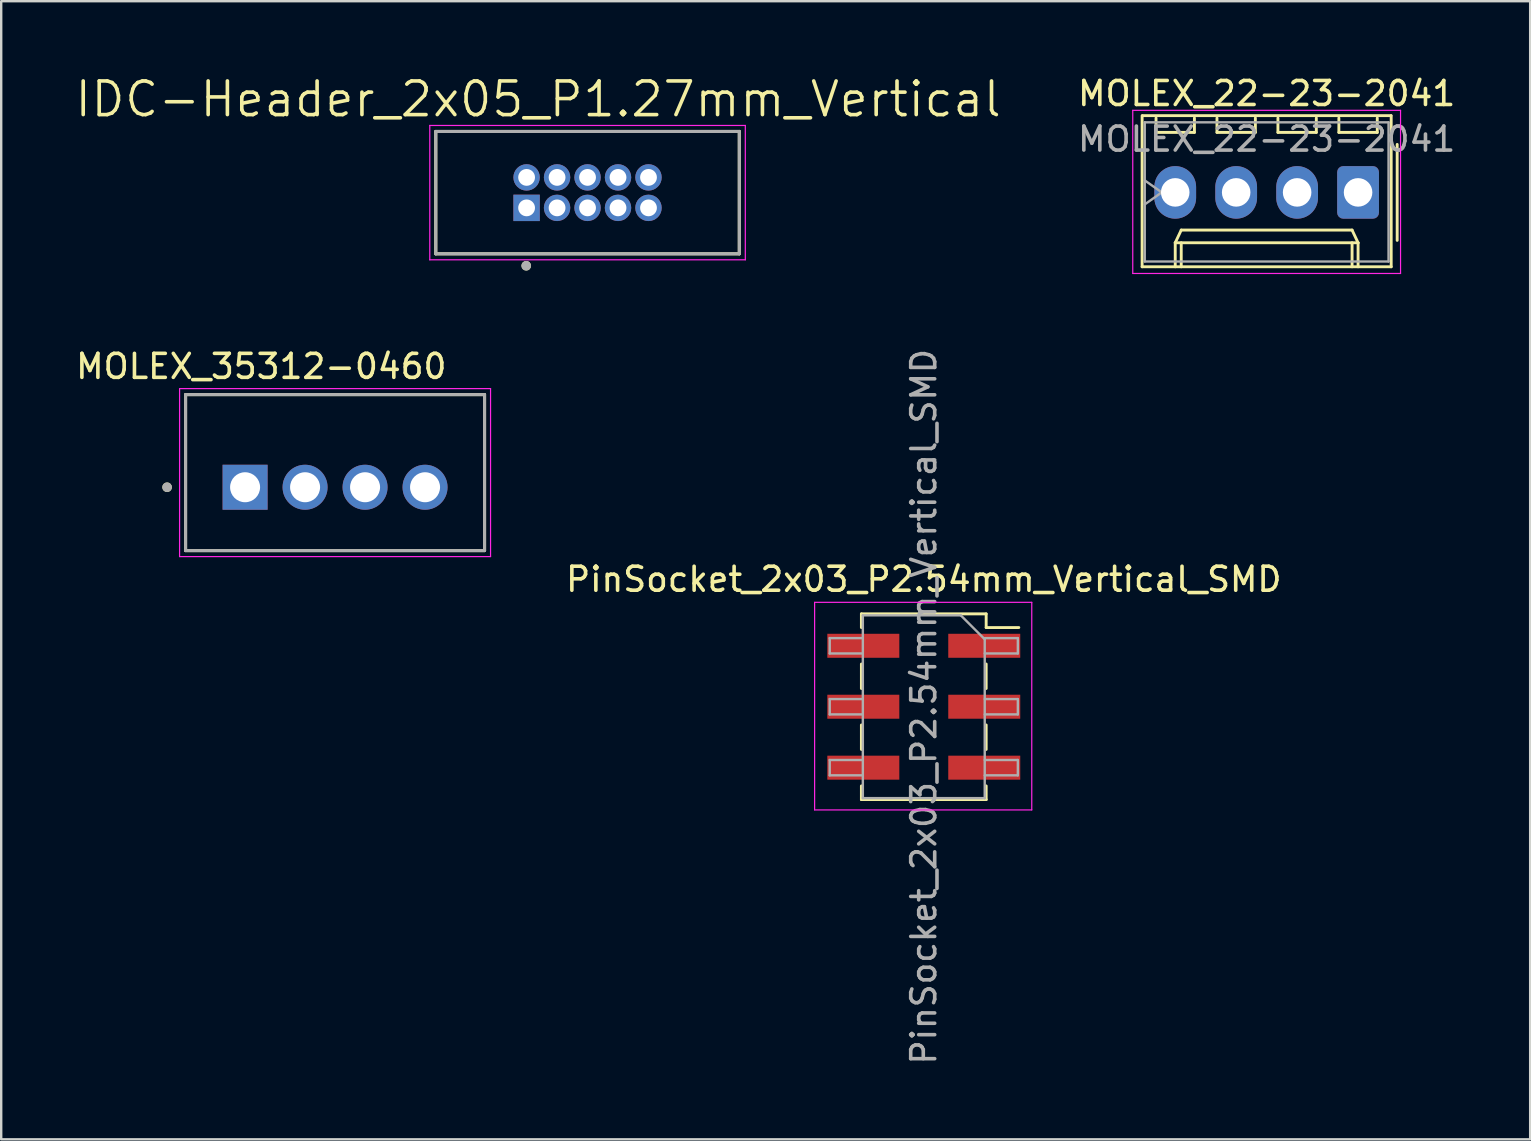
<source format=kicad_pcb>
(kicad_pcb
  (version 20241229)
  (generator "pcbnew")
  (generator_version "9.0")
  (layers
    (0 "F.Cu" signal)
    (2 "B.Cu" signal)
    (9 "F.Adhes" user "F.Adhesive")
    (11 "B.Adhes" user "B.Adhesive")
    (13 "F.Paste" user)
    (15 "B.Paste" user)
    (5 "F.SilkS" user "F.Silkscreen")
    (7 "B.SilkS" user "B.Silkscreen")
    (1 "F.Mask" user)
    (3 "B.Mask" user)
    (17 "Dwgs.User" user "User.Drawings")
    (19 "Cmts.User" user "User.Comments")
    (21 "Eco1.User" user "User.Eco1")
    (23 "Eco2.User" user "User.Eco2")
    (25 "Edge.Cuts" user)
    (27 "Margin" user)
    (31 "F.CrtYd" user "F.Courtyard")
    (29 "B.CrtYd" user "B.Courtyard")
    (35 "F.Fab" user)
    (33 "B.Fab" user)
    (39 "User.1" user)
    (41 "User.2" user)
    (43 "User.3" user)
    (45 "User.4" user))
  (footprint "IDC-Header_2x05_P1.27mm_Vertical"
    (layer "F.Cu")
    (at 21.436 4.978)
    (property "Reference" "IDC-Header_2x05_P1.27mm_Vertical" (at -2.058 -3.894 0) (layer "F.SilkS") (effects (font (size 1.402 1.402) (thickness 0.15))))
    (attr through_hole)
    (fp_line (start -6.325 -2.55) (end 6.325 -2.55) (stroke (width 0.127) (type solid)) (layer "F.SilkS"))
    (fp_line (start -6.325 2.55) (end -6.325 -2.55) (stroke (width 0.127) (type solid)) (layer "F.SilkS"))
    (fp_line (start 6.325 -2.55) (end 6.325 2.55) (stroke (width 0.127) (type solid)) (layer "F.SilkS"))
    (fp_line (start 6.325 2.55) (end -6.325 2.55) (stroke (width 0.127) (type solid)) (layer "F.SilkS"))
    (fp_circle (center -2.555 3.048) (end -2.455 3.048) (stroke (width 0.2) (type solid)) (fill no) (layer "F.SilkS"))
    (fp_line (start -6.575 -2.8) (end 6.575 -2.8) (stroke (width 0.05) (type solid)) (layer "F.CrtYd"))
    (fp_line (start -6.575 2.8) (end -6.575 -2.8) (stroke (width 0.05) (type solid)) (layer "F.CrtYd"))
    (fp_line (start 6.575 -2.8) (end 6.575 2.8) (stroke (width 0.05) (type solid)) (layer "F.CrtYd"))
    (fp_line (start 6.575 2.8) (end -6.575 2.8) (stroke (width 0.05) (type solid)) (layer "F.CrtYd"))
    (fp_line (start -6.325 -2.55) (end 6.325 -2.55) (stroke (width 0.127) (type solid)) (layer "F.Fab"))
    (fp_line (start -6.325 2.55) (end -6.325 -2.55) (stroke (width 0.127) (type solid)) (layer "F.Fab"))
    (fp_line (start 6.325 -2.55) (end 6.325 2.55) (stroke (width 0.127) (type solid)) (layer "F.Fab"))
    (fp_line (start 6.325 2.55) (end -6.325 2.55) (stroke (width 0.127) (type solid)) (layer "F.Fab"))
    (fp_circle (center -2.555 3.048) (end -2.455 3.048) (stroke (width 0.2) (type solid)) (fill no) (layer "F.Fab"))
    (pad "1" thru_hole rect (at -2.54 0.635) (size 1.1 1.1) (drill 0.7) (layers "*.Cu" "*.Mask"))
    (pad "2" thru_hole circle (at -2.54 -0.635) (size 1.1 1.1) (drill 0.7) (layers "*.Cu" "*.Mask"))
    (pad "3" thru_hole circle (at -1.27 0.635) (size 1.1 1.1) (drill 0.7) (layers "*.Cu" "*.Mask"))
    (pad "4" thru_hole circle (at -1.27 -0.635) (size 1.1 1.1) (drill 0.7) (layers "*.Cu" "*.Mask"))
    (pad "5" thru_hole circle (at 0 0.635) (size 1.1 1.1) (drill 0.7) (layers "*.Cu" "*.Mask"))
    (pad "6" thru_hole circle (at 0 -0.635) (size 1.1 1.1) (drill 0.7) (layers "*.Cu" "*.Mask"))
    (pad "7" thru_hole circle (at 1.27 0.635) (size 1.1 1.1) (drill 0.7) (layers "*.Cu" "*.Mask"))
    (pad "8" thru_hole circle (at 1.27 -0.635) (size 1.1 1.1) (drill 0.7) (layers "*.Cu" "*.Mask"))
    (pad "9" thru_hole circle (at 2.54 0.635) (size 1.1 1.1) (drill 0.7) (layers "*.Cu" "*.Mask"))
    (pad "10" thru_hole circle (at 2.54 -0.635) (size 1.1 1.1) (drill 0.7) (layers "*.Cu" "*.Mask")))
  (footprint "MOLEX_35312-0460"
    (layer "F.Cu")
    (at 10.914 17.256)
    (property "Reference" "MOLEX_35312-0460" (at -3.075 -5.035 0) (layer "F.SilkS") (effects (font (size 1 1) (thickness 0.15))))
    (attr through_hole)
    (fp_line (start -6.23 -3.86) (end -6.23 2.64) (stroke (width 0.127) (type solid)) (layer "F.SilkS"))
    (fp_line (start -6.23 2.64) (end 6.23 2.64) (stroke (width 0.127) (type solid)) (layer "F.SilkS"))
    (fp_line (start 6.23 -3.86) (end -6.23 -3.86) (stroke (width 0.127) (type solid)) (layer "F.SilkS"))
    (fp_line (start 6.23 2.64) (end 6.23 -3.86) (stroke (width 0.127) (type solid)) (layer "F.SilkS"))
    (fp_circle (center -7 0) (end -6.9 0) (stroke (width 0.2) (type solid)) (fill no) (layer "F.SilkS"))
    (fp_line (start -6.48 -4.11) (end -6.48 2.89) (stroke (width 0.05) (type solid)) (layer "F.CrtYd"))
    (fp_line (start -6.48 2.89) (end 6.48 2.89) (stroke (width 0.05) (type solid)) (layer "F.CrtYd"))
    (fp_line (start 6.48 -4.11) (end -6.48 -4.11) (stroke (width 0.05) (type solid)) (layer "F.CrtYd"))
    (fp_line (start 6.48 2.89) (end 6.48 -4.11) (stroke (width 0.05) (type solid)) (layer "F.CrtYd"))
    (fp_line (start -6.23 -3.86) (end -6.23 2.64) (stroke (width 0.127) (type solid)) (layer "F.Fab"))
    (fp_line (start -6.23 2.64) (end 6.23 2.64) (stroke (width 0.127) (type solid)) (layer "F.Fab"))
    (fp_line (start 6.23 -3.86) (end -6.23 -3.86) (stroke (width 0.127) (type solid)) (layer "F.Fab"))
    (fp_line (start 6.23 2.64) (end 6.23 -3.86) (stroke (width 0.127) (type solid)) (layer "F.Fab"))
    (fp_circle (center -7 0) (end -6.9 0) (stroke (width 0.2) (type solid)) (fill no) (layer "F.Fab"))
    (pad "1" thru_hole rect (at -3.75 0) (size 1.875 1.875) (drill 1.25) (layers "*.Cu" "*.Mask"))
    (pad "2" thru_hole circle (at -1.25 0) (size 1.875 1.875) (drill 1.25) (layers "*.Cu" "*.Mask"))
    (pad "3" thru_hole circle (at 1.25 0) (size 1.875 1.875) (drill 1.25) (layers "*.Cu" "*.Mask"))
    (pad "4" thru_hole circle (at 3.75 0) (size 1.875 1.875) (drill 1.25) (layers "*.Cu" "*.Mask")))
  (footprint "PinSocket_2x03_P2.54mm_Vertical_SMD"
    (layer "F.Cu")
    (at 35.449 26.403)
    (property "Reference" "PinSocket_2x03_P2.54mm_Vertical_SMD" (at 0 -5.31 0) (layer "F.SilkS") (effects (font (size 1 1) (thickness 0.15))))
    (attr smd)
    (fp_line (start -2.6 -3.87) (end -2.6 -3.3) (stroke (width 0.12) (type solid)) (layer "F.SilkS"))
    (fp_line (start -2.6 -3.87) (end 2.6 -3.87) (stroke (width 0.12) (type solid)) (layer "F.SilkS"))
    (fp_line (start -2.6 -1.78) (end -2.6 -0.76) (stroke (width 0.12) (type solid)) (layer "F.SilkS"))
    (fp_line (start -2.6 0.76) (end -2.6 1.78) (stroke (width 0.12) (type solid)) (layer "F.SilkS"))
    (fp_line (start -2.6 3.3) (end -2.6 3.87) (stroke (width 0.12) (type solid)) (layer "F.SilkS"))
    (fp_line (start -2.6 3.87) (end 2.6 3.87) (stroke (width 0.12) (type solid)) (layer "F.SilkS"))
    (fp_line (start 2.6 -3.87) (end 2.6 -3.3) (stroke (width 0.12) (type solid)) (layer "F.SilkS"))
    (fp_line (start 2.6 -3.3) (end 3.96 -3.3) (stroke (width 0.12) (type solid)) (layer "F.SilkS"))
    (fp_line (start 2.6 -1.78) (end 2.6 -0.76) (stroke (width 0.12) (type solid)) (layer "F.SilkS"))
    (fp_line (start 2.6 0.76) (end 2.6 1.78) (stroke (width 0.12) (type solid)) (layer "F.SilkS"))
    (fp_line (start 2.6 3.3) (end 2.6 3.87) (stroke (width 0.12) (type solid)) (layer "F.SilkS"))
    (fp_line (start -4.55 -4.35) (end 4.5 -4.35) (stroke (width 0.05) (type solid)) (layer "F.CrtYd"))
    (fp_line (start -4.55 4.3) (end -4.55 -4.35) (stroke (width 0.05) (type solid)) (layer "F.CrtYd"))
    (fp_line (start 4.5 -4.35) (end 4.5 4.3) (stroke (width 0.05) (type solid)) (layer "F.CrtYd"))
    (fp_line (start 4.5 4.3) (end -4.55 4.3) (stroke (width 0.05) (type solid)) (layer "F.CrtYd"))
    (fp_line (start -3.92 -2.86) (end -2.54 -2.86) (stroke (width 0.1) (type solid)) (layer "F.Fab"))
    (fp_line (start -3.92 -2.22) (end -3.92 -2.86) (stroke (width 0.1) (type solid)) (layer "F.Fab"))
    (fp_line (start -3.92 -0.32) (end -2.54 -0.32) (stroke (width 0.1) (type solid)) (layer "F.Fab"))
    (fp_line (start -3.92 0.32) (end -3.92 -0.32) (stroke (width 0.1) (type solid)) (layer "F.Fab"))
    (fp_line (start -3.92 2.22) (end -2.54 2.22) (stroke (width 0.1) (type solid)) (layer "F.Fab"))
    (fp_line (start -3.92 2.86) (end -3.92 2.22) (stroke (width 0.1) (type solid)) (layer "F.Fab"))
    (fp_line (start -2.54 -3.81) (end 1.54 -3.81) (stroke (width 0.1) (type solid)) (layer "F.Fab"))
    (fp_line (start -2.54 -2.22) (end -3.92 -2.22) (stroke (width 0.1) (type solid)) (layer "F.Fab"))
    (fp_line (start -2.54 0.32) (end -3.92 0.32) (stroke (width 0.1) (type solid)) (layer "F.Fab"))
    (fp_line (start -2.54 2.86) (end -3.92 2.86) (stroke (width 0.1) (type solid)) (layer "F.Fab"))
    (fp_line (start -2.54 3.81) (end -2.54 -3.81) (stroke (width 0.1) (type solid)) (layer "F.Fab"))
    (fp_line (start 1.54 -3.81) (end 2.54 -2.81) (stroke (width 0.1) (type solid)) (layer "F.Fab"))
    (fp_line (start 2.54 -2.86) (end 3.92 -2.86) (stroke (width 0.1) (type solid)) (layer "F.Fab"))
    (fp_line (start 2.54 -2.81) (end 2.54 3.81) (stroke (width 0.1) (type solid)) (layer "F.Fab"))
    (fp_line (start 2.54 -0.32) (end 3.92 -0.32) (stroke (width 0.1) (type solid)) (layer "F.Fab"))
    (fp_line (start 2.54 2.22) (end 3.92 2.22) (stroke (width 0.1) (type solid)) (layer "F.Fab"))
    (fp_line (start 2.54 3.81) (end -2.54 3.81) (stroke (width 0.1) (type solid)) (layer "F.Fab"))
    (fp_line (start 3.92 -2.86) (end 3.92 -2.22) (stroke (width 0.1) (type solid)) (layer "F.Fab"))
    (fp_line (start 3.92 -2.22) (end 2.54 -2.22) (stroke (width 0.1) (type solid)) (layer "F.Fab"))
    (fp_line (start 3.92 -0.32) (end 3.92 0.32) (stroke (width 0.1) (type solid)) (layer "F.Fab"))
    (fp_line (start 3.92 0.32) (end 2.54 0.32) (stroke (width 0.1) (type solid)) (layer "F.Fab"))
    (fp_line (start 3.92 2.22) (end 3.92 2.86) (stroke (width 0.1) (type solid)) (layer "F.Fab"))
    (fp_line (start 3.92 2.86) (end 2.54 2.86) (stroke (width 0.1) (type solid)) (layer "F.Fab"))
    (fp_text user "${REFERENCE}" (at 0 0 90) (layer "F.Fab") (effects (font (size 1 1) (thickness 0.15))))
    (pad "1" smd rect (at 2.52 -2.54) (size 3 1) (layers "F.Cu" "F.Mask" "F.Paste"))
    (pad "2" smd rect (at -2.52 -2.54) (size 3 1) (layers "F.Cu" "F.Mask" "F.Paste"))
    (pad "3" smd rect (at 2.52 0) (size 3 1) (layers "F.Cu" "F.Mask" "F.Paste"))
    (pad "4" smd rect (at -2.52 0) (size 3 1) (layers "F.Cu" "F.Mask" "F.Paste"))
    (pad "5" smd rect (at 2.52 2.54) (size 3 1) (layers "F.Cu" "F.Mask" "F.Paste"))
    (pad "6" smd rect (at -2.52 2.54) (size 3 1) (layers "F.Cu" "F.Mask" "F.Paste")))
  (footprint "MOLEX_22-23-2041"
    (layer "F.Cu")
    (at 45.928 4.968)
    (property "Reference" "MOLEX_22-23-2041" (at 3.81 -4.12 0) (layer "F.SilkS") (effects (font (size 1 1) (thickness 0.15))))
    (attr through_hole)
    (fp_line (start -1.38 -3.2) (end -1.38 3.1) (stroke (width 0.12) (type solid)) (layer "F.SilkS"))
    (fp_line (start -1.38 3.1) (end 9 3.1) (stroke (width 0.12) (type solid)) (layer "F.SilkS"))
    (fp_line (start -0.8 -3.1) (end -0.8 -2.5) (stroke (width 0.12) (type solid)) (layer "F.SilkS"))
    (fp_line (start -0.8 -2.5) (end 0.8 -2.5) (stroke (width 0.12) (type solid)) (layer "F.SilkS"))
    (fp_line (start 0 2.1) (end 0.25 1.57) (stroke (width 0.12) (type solid)) (layer "F.SilkS"))
    (fp_line (start 0 2.1) (end 7.62 2.1) (stroke (width 0.12) (type solid)) (layer "F.SilkS"))
    (fp_line (start 0 3.1) (end 0 2.1) (stroke (width 0.12) (type solid)) (layer "F.SilkS"))
    (fp_line (start 0.25 1.57) (end 7.37 1.57) (stroke (width 0.12) (type solid)) (layer "F.SilkS"))
    (fp_line (start 0.25 3.1) (end 0.25 2.1) (stroke (width 0.12) (type solid)) (layer "F.SilkS"))
    (fp_line (start 0.8 -2.5) (end 0.8 -3.1) (stroke (width 0.12) (type solid)) (layer "F.SilkS"))
    (fp_line (start 1.74 -3.1) (end 1.74 -2.5) (stroke (width 0.12) (type solid)) (layer "F.SilkS"))
    (fp_line (start 1.74 -2.5) (end 3.34 -2.5) (stroke (width 0.12) (type solid)) (layer "F.SilkS"))
    (fp_line (start 3.34 -2.5) (end 3.34 -3.1) (stroke (width 0.12) (type solid)) (layer "F.SilkS"))
    (fp_line (start 4.28 -3.1) (end 4.28 -2.5) (stroke (width 0.12) (type solid)) (layer "F.SilkS"))
    (fp_line (start 4.28 -2.5) (end 5.88 -2.5) (stroke (width 0.12) (type solid)) (layer "F.SilkS"))
    (fp_line (start 5.88 -2.5) (end 5.88 -3.1) (stroke (width 0.12) (type solid)) (layer "F.SilkS"))
    (fp_line (start 6.82 -3.1) (end 6.82 -2.5) (stroke (width 0.12) (type solid)) (layer "F.SilkS"))
    (fp_line (start 6.82 -2.5) (end 8.42 -2.5) (stroke (width 0.12) (type solid)) (layer "F.SilkS"))
    (fp_line (start 7.37 1.57) (end 7.62 2.1) (stroke (width 0.12) (type solid)) (layer "F.SilkS"))
    (fp_line (start 7.37 3.1) (end 7.37 2.1) (stroke (width 0.12) (type solid)) (layer "F.SilkS"))
    (fp_line (start 7.62 2.1) (end 7.62 3.1) (stroke (width 0.12) (type solid)) (layer "F.SilkS"))
    (fp_line (start 8.42 -2.5) (end 8.42 -3.1) (stroke (width 0.12) (type solid)) (layer "F.SilkS"))
    (fp_line (start 8.99 -3.2) (end -1.35 -3.2) (stroke (width 0.12) (type solid)) (layer "F.SilkS"))
    (fp_line (start 9 3.1) (end 9 -3.2) (stroke (width 0.12) (type solid)) (layer "F.SilkS"))
    (fp_line (start 9.25 -2) (end 9.25 2) (stroke (width 0.12) (type solid)) (layer "F.SilkS"))
    (fp_line (start -1.77 -3.42) (end -1.77 3.38) (stroke (width 0.05) (type solid)) (layer "F.CrtYd"))
    (fp_line (start -1.77 3.38) (end 9.39 3.38) (stroke (width 0.05) (type solid)) (layer "F.CrtYd"))
    (fp_line (start 9.39 -3.42) (end -1.77 -3.42) (stroke (width 0.05) (type solid)) (layer "F.CrtYd"))
    (fp_line (start 9.39 3.38) (end 9.39 -3.42) (stroke (width 0.05) (type solid)) (layer "F.CrtYd"))
    (fp_line (start -1.27 -2.92) (end -1.27 2.88) (stroke (width 0.1) (type solid)) (layer "F.Fab"))
    (fp_line (start -1.27 -0.5) (end -0.563 0) (stroke (width 0.1) (type solid)) (layer "F.Fab"))
    (fp_line (start -1.27 2.88) (end 8.89 2.88) (stroke (width 0.1) (type solid)) (layer "F.Fab"))
    (fp_line (start -0.563 0) (end -1.27 0.5) (stroke (width 0.1) (type solid)) (layer "F.Fab"))
    (fp_line (start 8.89 -2.92) (end -1.27 -2.92) (stroke (width 0.1) (type solid)) (layer "F.Fab"))
    (fp_line (start 8.89 2.88) (end 8.89 -2.92) (stroke (width 0.1) (type solid)) (layer "F.Fab"))
    (fp_text user "${REFERENCE}" (at 3.81 -2.22 0) (layer "F.Fab") (effects (font (size 1 1) (thickness 0.15))))
    (pad "1" thru_hole roundrect (at 7.62 0) (size 1.74 2.19) (drill 1.19) (layers "*.Cu" "*.Mask") (roundrect_rratio 0.144))
    (pad "2" thru_hole oval (at 5.08 0) (size 1.74 2.19) (drill 1.19) (layers "*.Cu" "*.Mask"))
    (pad "3" thru_hole oval (at 2.54 0) (size 1.74 2.19) (drill 1.19) (layers "*.Cu" "*.Mask"))
    (pad "4" thru_hole oval (at 0 0) (size 1.74 2.19) (drill 1.19) (layers "*.Cu" "*.Mask")))
  (gr_rect
    (start -3 -3)
    (end 60.72 44.433)
    (stroke (width 0.1) (type default))
    (fill no)
    (layer "Edge.Cuts")))
</source>
